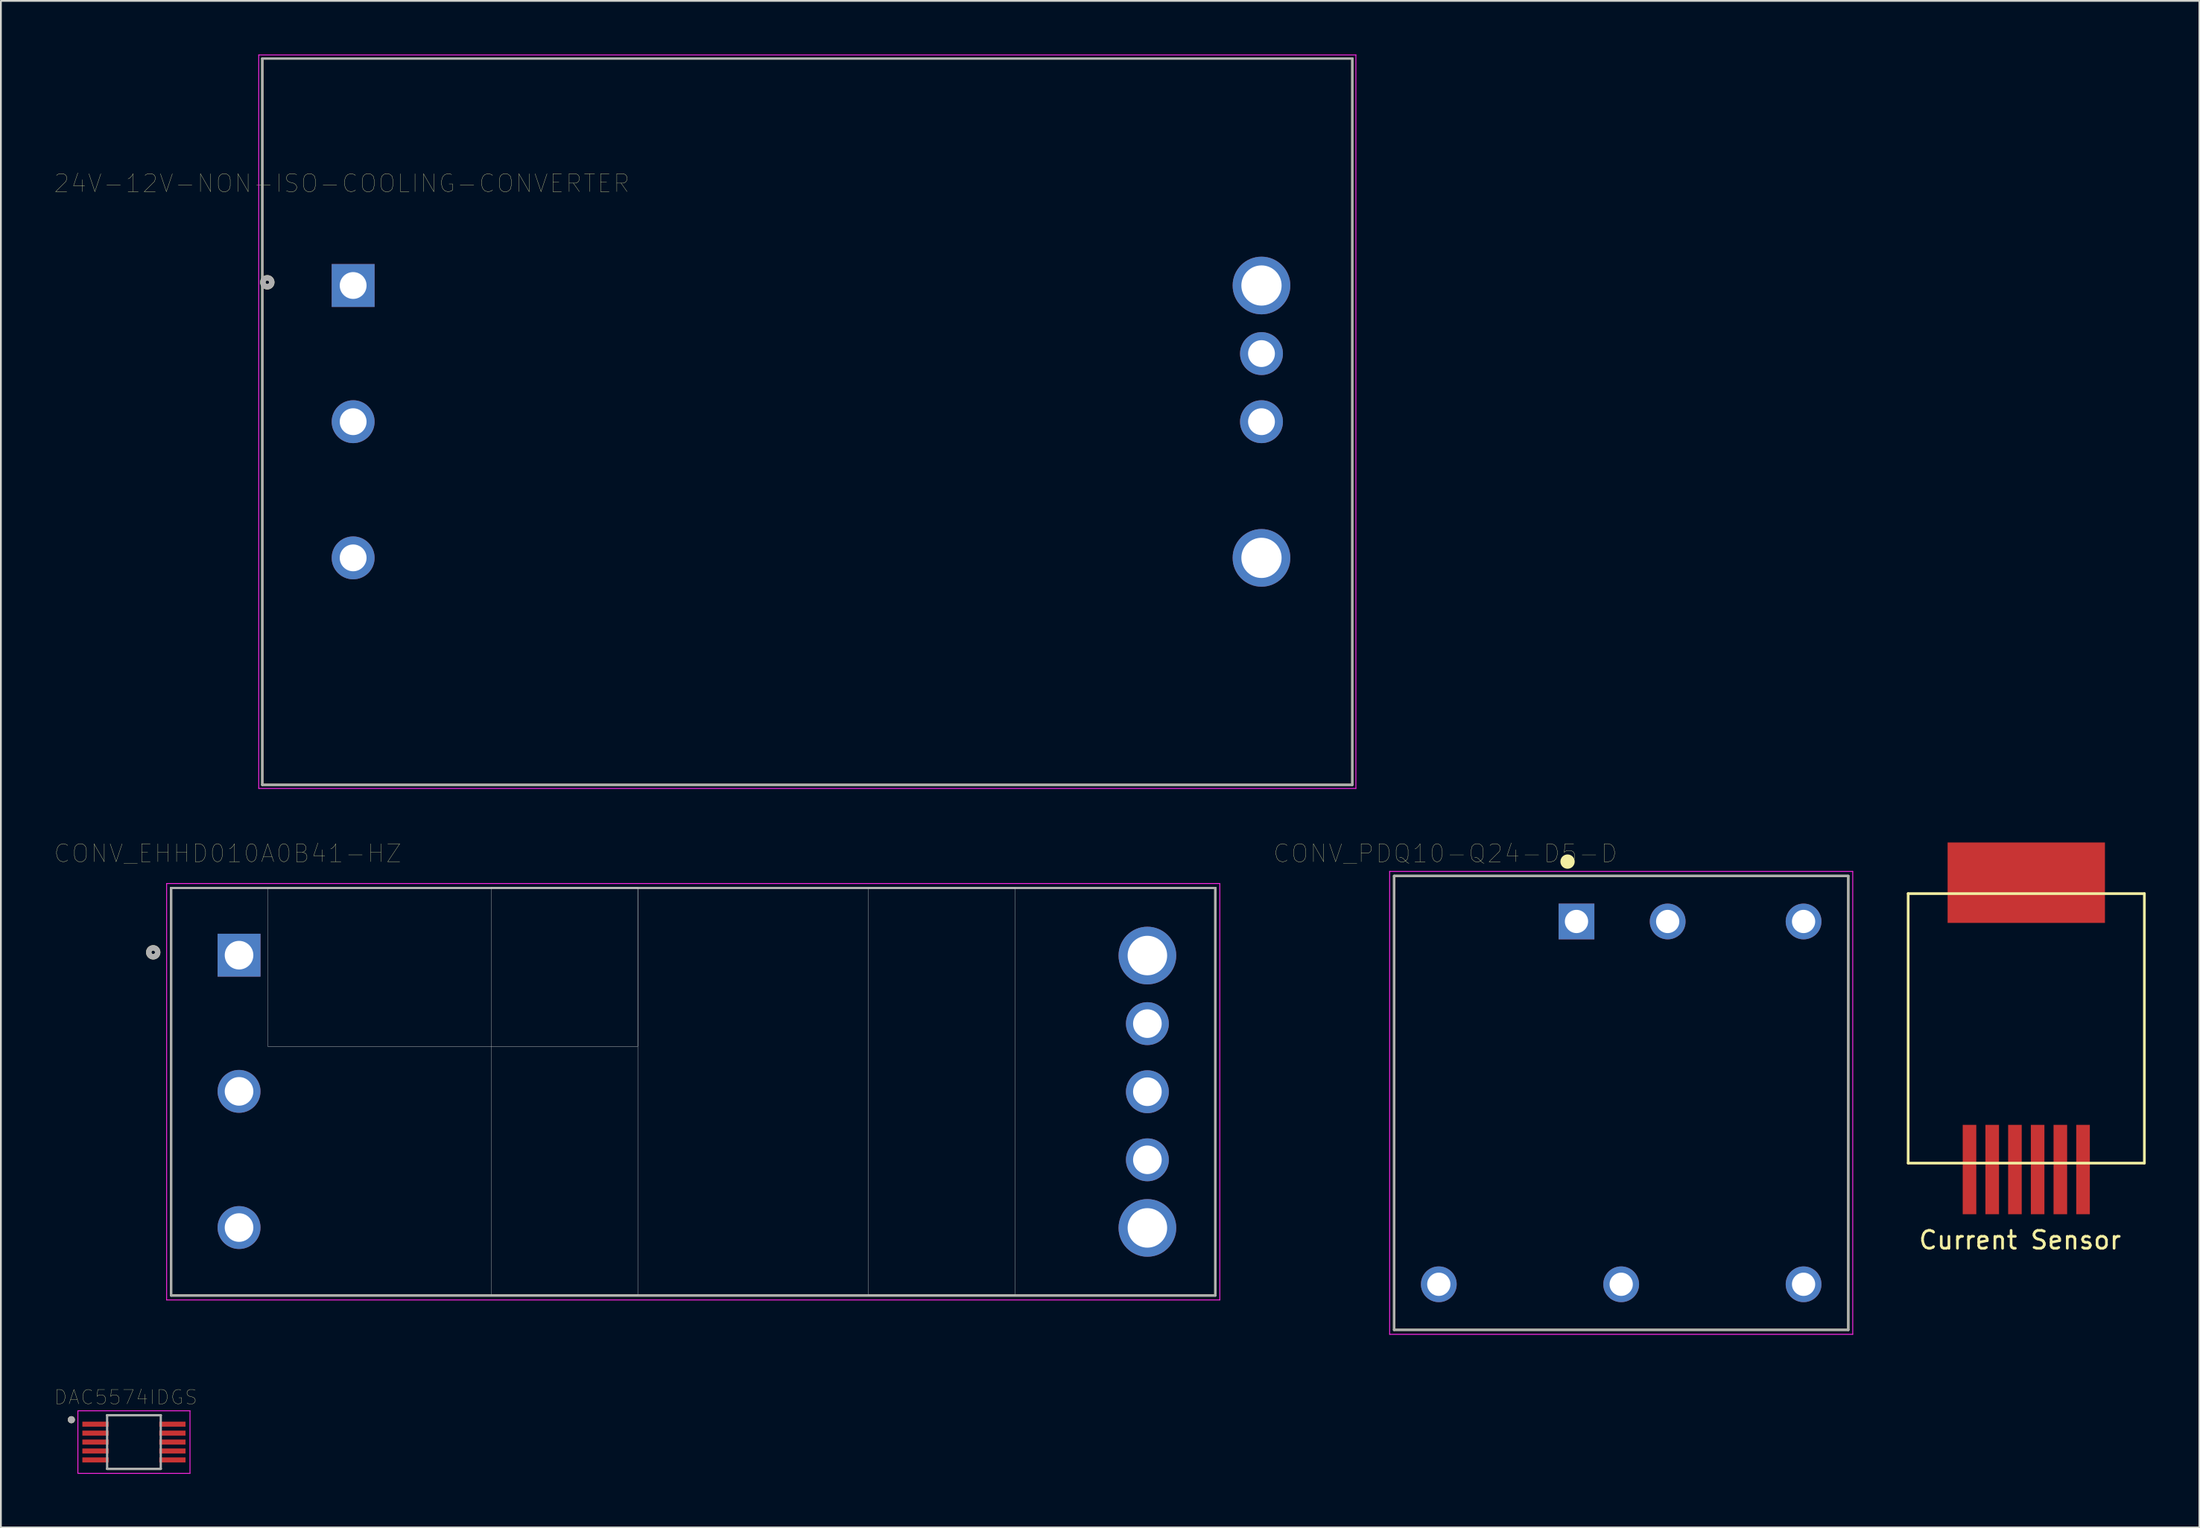
<source format=kicad_pcb>
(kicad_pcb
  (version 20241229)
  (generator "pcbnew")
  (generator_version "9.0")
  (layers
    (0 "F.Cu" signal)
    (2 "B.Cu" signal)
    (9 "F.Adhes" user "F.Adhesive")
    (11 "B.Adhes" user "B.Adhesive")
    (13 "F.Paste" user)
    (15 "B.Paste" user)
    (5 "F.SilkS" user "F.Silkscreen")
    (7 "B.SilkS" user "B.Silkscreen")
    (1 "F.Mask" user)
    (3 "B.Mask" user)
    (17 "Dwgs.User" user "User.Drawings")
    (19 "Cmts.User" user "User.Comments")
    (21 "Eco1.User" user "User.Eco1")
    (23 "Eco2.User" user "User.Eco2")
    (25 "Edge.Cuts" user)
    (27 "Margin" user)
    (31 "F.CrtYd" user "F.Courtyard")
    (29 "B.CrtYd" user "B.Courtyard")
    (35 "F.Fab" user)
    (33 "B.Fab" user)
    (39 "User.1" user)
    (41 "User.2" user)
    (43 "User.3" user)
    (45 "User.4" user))
  (footprint "CONV_EHHD010A0B41-HZ"
    (layer "F.Cu")
    (at 35.719 58.036)
    (property "Reference" "CONV_EHHD010A0B41-HZ" (at -26.035 -13.335 0) (layer "F.SilkS") (effects (font (size 1 1) (thickness 0.015))))
    (attr through_hole)
    (fp_line (start -29.2 -11.4) (end 29.2 -11.4) (stroke (width 0.127) (type solid)) (layer "F.SilkS"))
    (fp_line (start -29.2 11.4) (end -29.2 -11.4) (stroke (width 0.127) (type solid)) (layer "F.SilkS"))
    (fp_line (start 29.2 -11.4) (end 29.2 11.4) (stroke (width 0.127) (type solid)) (layer "F.SilkS"))
    (fp_line (start 29.2 11.4) (end -29.2 11.4) (stroke (width 0.127) (type solid)) (layer "F.SilkS"))
    (fp_circle (center -30.2 -7.8) (end -30.1 -7.8) (stroke (width 0.3) (type solid)) (fill no) (layer "F.SilkS"))
    (fp_poly (pts (xy -23.8 -11.4) (xy -3.1 -11.4) (xy -3.1 -2.54) (xy -23.8 -2.54)) (stroke (width 0.01) (type solid)) (fill no) (layer "Dwgs.User"))
    (fp_poly (pts (xy -23.8 -11.4) (xy -3.1 -11.4) (xy -3.1 -2.54) (xy -23.8 -2.54)) (stroke (width 0.01) (type solid)) (fill no) (layer "Dwgs.User"))
    (fp_poly (pts (xy -11.3 -11.43) (xy -3.1 -11.43) (xy -3.1 11.4) (xy -11.3 11.4)) (stroke (width 0.01) (type solid)) (fill no) (layer "Dwgs.User"))
    (fp_poly (pts (xy -11.3 -11.43) (xy -3.1 -11.43) (xy -3.1 11.4) (xy -11.3 11.4)) (stroke (width 0.01) (type solid)) (fill no) (layer "Dwgs.User"))
    (fp_poly (pts (xy 9.8 -11.4) (xy 18 -11.4) (xy 18 11.4) (xy 9.8 11.4)) (stroke (width 0.01) (type solid)) (fill no) (layer "Dwgs.User"))
    (fp_poly (pts (xy 9.8 -11.4) (xy 18 -11.4) (xy 18 11.4) (xy 9.8 11.4)) (stroke (width 0.01) (type solid)) (fill no) (layer "Dwgs.User"))
    (fp_line (start -29.45 -11.65) (end 29.45 -11.65) (stroke (width 0.05) (type solid)) (layer "F.CrtYd"))
    (fp_line (start -29.45 11.65) (end -29.45 -11.65) (stroke (width 0.05) (type solid)) (layer "F.CrtYd"))
    (fp_line (start 29.45 -11.65) (end 29.45 11.65) (stroke (width 0.05) (type solid)) (layer "F.CrtYd"))
    (fp_line (start 29.45 11.65) (end -29.45 11.65) (stroke (width 0.05) (type solid)) (layer "F.CrtYd"))
    (fp_line (start -29.2 -11.4) (end 29.2 -11.4) (stroke (width 0.127) (type solid)) (layer "F.Fab"))
    (fp_line (start -29.2 11.4) (end -29.2 -11.4) (stroke (width 0.127) (type solid)) (layer "F.Fab"))
    (fp_line (start 29.2 -11.4) (end 29.2 11.4) (stroke (width 0.127) (type solid)) (layer "F.Fab"))
    (fp_line (start 29.2 11.4) (end -29.2 11.4) (stroke (width 0.127) (type solid)) (layer "F.Fab"))
    (fp_circle (center -30.2 -7.8) (end -30.1 -7.8) (stroke (width 0.3) (type solid)) (fill no) (layer "F.Fab"))
    (pad "1" thru_hole rect (at -25.4 -7.64) (size 2.4 2.4) (drill 1.6) (layers "*.Cu" "*.Mask"))
    (pad "2" thru_hole circle (at -25.4 -0.02) (size 2.4 2.4) (drill 1.6) (layers "*.Cu" "*.Mask"))
    (pad "3" thru_hole circle (at -25.4 7.6) (size 2.4 2.4) (drill 1.6) (layers "*.Cu" "*.Mask"))
    (pad "4" thru_hole circle (at 25.4 7.62) (size 3.226 3.226) (drill 2.21) (layers "*.Cu" "*.Mask"))
    (pad "5" thru_hole circle (at 25.4 3.81) (size 2.4 2.4) (drill 1.6) (layers "*.Cu" "*.Mask"))
    (pad "6" thru_hole circle (at 25.4 0) (size 2.4 2.4) (drill 1.6) (layers "*.Cu" "*.Mask"))
    (pad "7" thru_hole circle (at 25.4 -3.81) (size 2.4 2.4) (drill 1.6) (layers "*.Cu" "*.Mask"))
    (pad "8" thru_hole circle (at 25.4 -7.62) (size 3.226 3.226) (drill 2.21) (layers "*.Cu" "*.Mask")))
  (footprint "DAC5574IDGS"
    (layer "F.Cu")
    (at 4.441 77.638)
    (property "Reference" "DAC5574IDGS" (at -0.46 -2.508 0) (layer "F.SilkS") (effects (font (size 0.8 0.8) (thickness 0.015))))
    (attr through_hole)
    (fp_line (start -1.5 -1.5) (end 1.5 -1.5) (stroke (width 0.127) (type solid)) (layer "F.SilkS"))
    (fp_line (start -1.5 1.5) (end 1.5 1.5) (stroke (width 0.127) (type solid)) (layer "F.SilkS"))
    (fp_circle (center -3.5 -1.25) (end -3.4 -1.25) (stroke (width 0.2) (type solid)) (fill no) (layer "F.SilkS"))
    (fp_line (start -3.135 -1.75) (end -3.135 1.75) (stroke (width 0.05) (type solid)) (layer "F.CrtYd"))
    (fp_line (start -3.135 -1.75) (end 3.135 -1.75) (stroke (width 0.05) (type solid)) (layer "F.CrtYd"))
    (fp_line (start -3.135 1.75) (end 3.135 1.75) (stroke (width 0.05) (type solid)) (layer "F.CrtYd"))
    (fp_line (start 3.135 -1.75) (end 3.135 1.75) (stroke (width 0.05) (type solid)) (layer "F.CrtYd"))
    (fp_line (start -1.5 -1.5) (end -1.5 1.5) (stroke (width 0.127) (type solid)) (layer "F.Fab"))
    (fp_line (start -1.5 -1.5) (end 1.5 -1.5) (stroke (width 0.127) (type solid)) (layer "F.Fab"))
    (fp_line (start -1.5 1.5) (end 1.5 1.5) (stroke (width 0.127) (type solid)) (layer "F.Fab"))
    (fp_line (start 1.5 -1.5) (end 1.5 1.5) (stroke (width 0.127) (type solid)) (layer "F.Fab"))
    (fp_circle (center -3.5 -1.25) (end -3.4 -1.25) (stroke (width 0.2) (type solid)) (fill no) (layer "F.Fab"))
    (pad "1" smd rect (at -2.15 -1) (size 1.47 0.28) (layers "F.Cu" "F.Mask" "F.Paste"))
    (pad "2" smd rect (at -2.15 -0.5) (size 1.47 0.28) (layers "F.Cu" "F.Mask" "F.Paste"))
    (pad "3" smd rect (at -2.15 0) (size 1.47 0.28) (layers "F.Cu" "F.Mask" "F.Paste"))
    (pad "4" smd rect (at -2.15 0.5) (size 1.47 0.28) (layers "F.Cu" "F.Mask" "F.Paste"))
    (pad "5" smd rect (at -2.15 1) (size 1.47 0.28) (layers "F.Cu" "F.Mask" "F.Paste"))
    (pad "6" smd rect (at 2.15 1) (size 1.47 0.28) (layers "F.Cu" "F.Mask" "F.Paste"))
    (pad "7" smd rect (at 2.15 0.5) (size 1.47 0.28) (layers "F.Cu" "F.Mask" "F.Paste"))
    (pad "8" smd rect (at 2.15 0) (size 1.47 0.28) (layers "F.Cu" "F.Mask" "F.Paste"))
    (pad "9" smd rect (at 2.15 -0.5) (size 1.47 0.28) (layers "F.Cu" "F.Mask" "F.Paste"))
    (pad "10" smd rect (at 2.15 -1) (size 1.47 0.28) (layers "F.Cu" "F.Mask" "F.Paste")))
  (footprint "24V-12V-NON-ISO-COOLING-CONVERTER"
    (layer "F.Cu")
    (at 42.1 20.545)
    (property "Reference" "24V-12V-NON-ISO-COOLING-CONVERTER" (at -26.035 -13.335 0) (layer "F.SilkS") (effects (font (size 1 1) (thickness 0.015))))
    (attr through_hole)
    (fp_line (start -30.48 -20.32) (end 30.48 -20.32) (stroke (width 0.127) (type solid)) (layer "F.SilkS"))
    (fp_line (start -30.48 20.32) (end -30.48 -20.32) (stroke (width 0.127) (type solid)) (layer "F.SilkS"))
    (fp_line (start 30.48 -20.32) (end 30.48 20.32) (stroke (width 0.127) (type solid)) (layer "F.SilkS"))
    (fp_line (start 30.48 20.32) (end -30.48 20.32) (stroke (width 0.127) (type solid)) (layer "F.SilkS"))
    (fp_circle (center -30.2 -7.8) (end -30.1 -7.8) (stroke (width 0.3) (type solid)) (fill no) (layer "F.SilkS"))
    (fp_line (start -30.68 -20.52) (end 30.68 -20.52) (stroke (width 0.05) (type solid)) (layer "F.CrtYd"))
    (fp_line (start -30.68 20.52) (end -30.68 -20.52) (stroke (width 0.05) (type solid)) (layer "F.CrtYd"))
    (fp_line (start 30.68 -20.52) (end 30.68 20.52) (stroke (width 0.05) (type solid)) (layer "F.CrtYd"))
    (fp_line (start 30.68 20.52) (end -30.68 20.52) (stroke (width 0.05) (type solid)) (layer "F.CrtYd"))
    (fp_line (start -30.48 -20.32) (end 30.48 -20.32) (stroke (width 0.127) (type solid)) (layer "F.Fab"))
    (fp_line (start -30.48 20.32) (end -30.48 -20.32) (stroke (width 0.127) (type solid)) (layer "F.Fab"))
    (fp_line (start 30.48 -20.32) (end 30.48 20.32) (stroke (width 0.127) (type solid)) (layer "F.Fab"))
    (fp_line (start 30.48 20.32) (end -30.48 20.32) (stroke (width 0.127) (type solid)) (layer "F.Fab"))
    (fp_circle (center -30.2 -7.8) (end -30.1 -7.8) (stroke (width 0.3) (type solid)) (fill no) (layer "F.Fab"))
    (pad "1" thru_hole rect (at -25.4 -7.62) (size 2.4 2.4) (drill 1.5) (layers "*.Cu" "*.Mask"))
    (pad "2" thru_hole circle (at -25.4 0) (size 2.4 2.4) (drill 1.5) (layers "*.Cu" "*.Mask"))
    (pad "3" thru_hole circle (at -25.4 7.62) (size 2.4 2.4) (drill 1.5) (layers "*.Cu" "*.Mask"))
    (pad "4" thru_hole circle (at 25.4 7.62) (size 3.226 3.226) (drill 2.25) (layers "*.Cu" "*.Mask"))
    (pad "6" thru_hole circle (at 25.4 0) (size 2.4 2.4) (drill 1.5) (layers "*.Cu" "*.Mask"))
    (pad "7" thru_hole circle (at 25.4 -3.81) (size 2.4 2.4) (drill 1.5) (layers "*.Cu" "*.Mask"))
    (pad "8" thru_hole circle (at 25.4 -7.62) (size 3.226 3.226) (drill 2.25) (layers "*.Cu" "*.Mask")))
  (footprint "CONV_PDQ10-Q24-D5-D"
    (layer "F.Cu")
    (at 87.617 58.66)
    (property "Reference" "CONV_PDQ10-Q24-D5-D" (at -9.841 -13.958 0) (layer "F.SilkS") (effects (font (size 1.002 1.002) (thickness 0.015))))
    (attr through_hole)
    (fp_line (start -12.7 -12.7) (end 12.7 -12.7) (stroke (width 0.127) (type solid)) (layer "F.SilkS"))
    (fp_line (start -12.7 12.7) (end -12.7 -12.7) (stroke (width 0.127) (type solid)) (layer "F.SilkS"))
    (fp_line (start 12.7 -12.7) (end 12.7 12.7) (stroke (width 0.127) (type solid)) (layer "F.SilkS"))
    (fp_line (start 12.7 12.7) (end -12.7 12.7) (stroke (width 0.127) (type solid)) (layer "F.SilkS"))
    (fp_circle (center -3 -13.5) (end -2.8 -13.5) (stroke (width 0.4) (type solid)) (fill no) (layer "F.SilkS"))
    (fp_line (start -12.95 -12.95) (end 12.95 -12.95) (stroke (width 0.05) (type solid)) (layer "F.CrtYd"))
    (fp_line (start -12.95 12.95) (end -12.95 -12.95) (stroke (width 0.05) (type solid)) (layer "F.CrtYd"))
    (fp_line (start 12.95 -12.95) (end 12.95 12.95) (stroke (width 0.05) (type solid)) (layer "F.CrtYd"))
    (fp_line (start 12.95 12.95) (end -12.95 12.95) (stroke (width 0.05) (type solid)) (layer "F.CrtYd"))
    (fp_line (start -12.7 -12.7) (end 12.7 -12.7) (stroke (width 0.127) (type solid)) (layer "F.Fab"))
    (fp_line (start -12.7 12.7) (end -12.7 -12.7) (stroke (width 0.127) (type solid)) (layer "F.Fab"))
    (fp_line (start 12.7 -12.7) (end 12.7 12.7) (stroke (width 0.127) (type solid)) (layer "F.Fab"))
    (fp_line (start 12.7 12.7) (end -12.7 12.7) (stroke (width 0.127) (type solid)) (layer "F.Fab"))
    (fp_circle (center -2.5 -10.25) (end -2.3 -10.25) (stroke (width 0.4) (type solid)) (fill no) (layer "F.Fab"))
    (pad "1" thru_hole rect (at -2.5 -10.15) (size 2 2) (drill 1.3) (layers "*.Cu" "*.Mask"))
    (pad "2" thru_hole circle (at 2.6 -10.15) (size 2 2) (drill 1.3) (layers "*.Cu" "*.Mask"))
    (pad "3" thru_hole circle (at -10.2 10.15) (size 2 2) (drill 1.3) (layers "*.Cu" "*.Mask"))
    (pad "4" thru_hole circle (at 0 10.15) (size 2 2) (drill 1.3) (layers "*.Cu" "*.Mask"))
    (pad "5" thru_hole circle (at 10.2 10.15) (size 2 2) (drill 1.3) (layers "*.Cu" "*.Mask"))
    (pad "6" thru_hole circle (at 10.2 -10.15) (size 2 2) (drill 1.3) (layers "*.Cu" "*.Mask")))
  (footprint "Current Sensor"
    (layer "F.Cu")
    (at 110.272 54.49)
    (property "Reference" "Current Sensor" (at -0.35 11.85 0) (layer "F.SilkS") (effects (font (size 1 1) (thickness 0.15))))
    (attr through_hole)
    (fp_line (start -6.605 7.54) (end -6.605 -7.54) (stroke (width 0.15) (type solid)) (layer "F.SilkS"))
    (fp_line (start 6.605 -7.54) (end -6.605 -7.54) (stroke (width 0.15) (type solid)) (layer "F.SilkS"))
    (fp_line (start 6.605 -7.54) (end 6.605 7.54) (stroke (width 0.15) (type solid)) (layer "F.SilkS"))
    (fp_line (start 6.605 7.54) (end -6.605 7.54) (stroke (width 0.15) (type solid)) (layer "F.SilkS"))
    (pad "0" smd rect (at 0 -8.15) (size 8.8 4.5) (layers "F.Cu" "F.Mask" "F.Paste"))
    (pad "1" smd rect (at 3.175 7.9) (size 0.76 5) (layers "F.Cu" "F.Mask" "F.Paste"))
    (pad "2" smd rect (at 1.905 7.9) (size 0.76 5) (layers "F.Cu" "F.Mask" "F.Paste"))
    (pad "3" smd rect (at 0.635 7.9) (size 0.76 5) (layers "F.Cu" "F.Mask" "F.Paste"))
    (pad "4" smd rect (at -0.635 7.9) (size 0.76 5) (layers "F.Cu" "F.Mask" "F.Paste"))
    (pad "5" smd rect (at -1.905 7.9) (size 0.76 5) (layers "F.Cu" "F.Mask" "F.Paste"))
    (pad "6" smd rect (at -3.175 7.9) (size 0.76 5) (layers "F.Cu" "F.Mask" "F.Paste")))
  (gr_rect
    (start -3 -3)
    (end 119.952 82.413)
    (stroke (width 0.1) (type default))
    (fill no)
    (layer "Edge.Cuts")))
</source>
